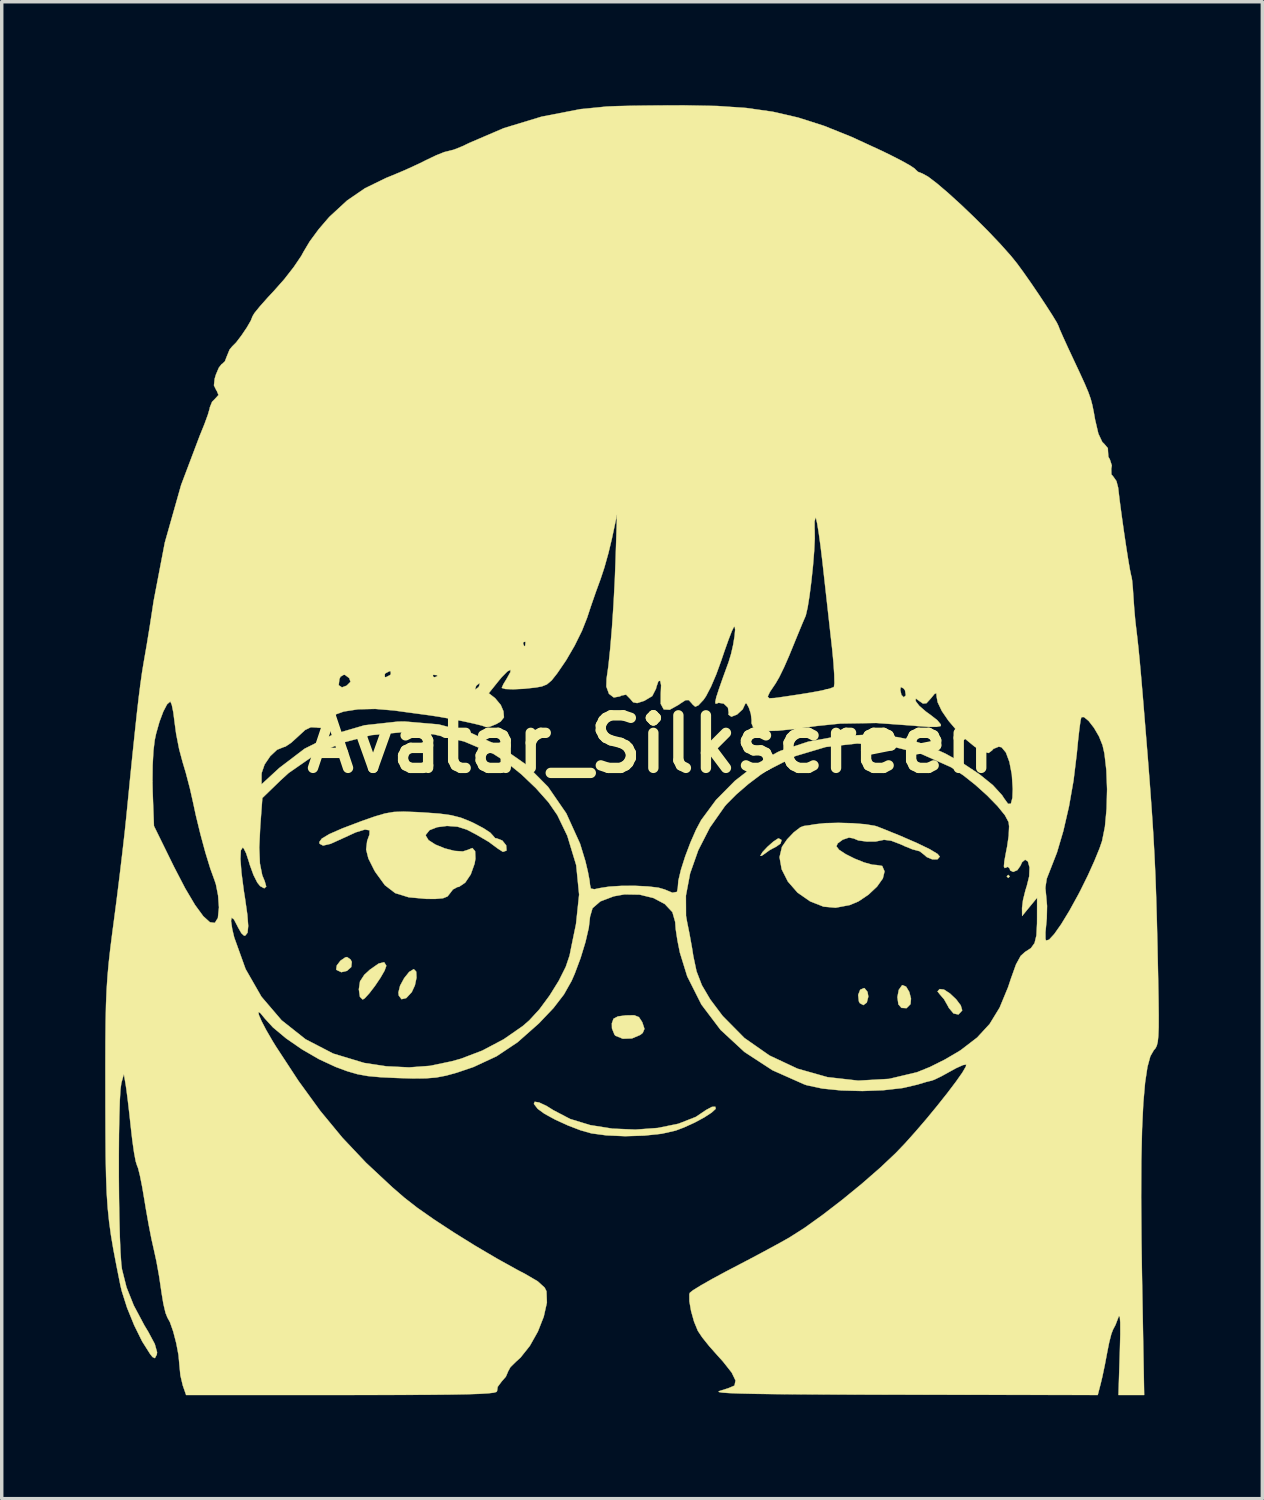
<source format=kicad_pcb>
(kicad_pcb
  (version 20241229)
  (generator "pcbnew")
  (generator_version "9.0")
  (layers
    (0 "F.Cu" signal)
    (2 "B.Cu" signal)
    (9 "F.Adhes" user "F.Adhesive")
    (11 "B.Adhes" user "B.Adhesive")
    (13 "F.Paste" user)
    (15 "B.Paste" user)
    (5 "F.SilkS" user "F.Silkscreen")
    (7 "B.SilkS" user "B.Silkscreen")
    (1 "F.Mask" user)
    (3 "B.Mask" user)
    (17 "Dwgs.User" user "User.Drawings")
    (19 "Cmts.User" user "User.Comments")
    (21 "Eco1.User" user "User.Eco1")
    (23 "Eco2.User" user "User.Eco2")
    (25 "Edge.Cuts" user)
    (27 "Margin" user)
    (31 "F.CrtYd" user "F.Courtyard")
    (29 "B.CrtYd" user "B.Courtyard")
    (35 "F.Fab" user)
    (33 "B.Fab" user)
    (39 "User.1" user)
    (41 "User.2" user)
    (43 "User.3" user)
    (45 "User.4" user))
  (footprint "Avatar_Silkscreen"
    (layer "F.Cu")
    (at 15.823 18.527)
    (property "Reference" "Avatar_Silkscreen" (at 0 0 0) (layer "F.SilkS") (effects (font (size 1.524 1.524) (thickness 0.3))))
    (attr through_hole)
    (fp_poly (pts (xy 10.407 3.836) (xy 10.363 3.881) (xy 10.319 3.836) (xy 10.363 3.792) (xy 10.407 3.836)) (stroke (width 0.01) (type solid)) (fill yes) (layer "F.SilkS"))
    (fp_poly (pts (xy 6.196 7.078) (xy 6.282 7.184) (xy 6.306 7.32) (xy 6.261 7.495) (xy 6.161 7.568) (xy 6.058 7.51) (xy 6.032 7.46) (xy 6.011 7.273) (xy 6.07 7.122) (xy 6.182 7.074) (xy 6.196 7.078)) (stroke (width 0.01) (type solid)) (fill yes) (layer "F.SilkS"))
    (fp_poly (pts (xy -8.71 6.244) (xy -8.672 6.315) (xy -8.688 6.464) (xy -8.812 6.575) (xy -8.977 6.614) (xy -9.113 6.548) (xy -9.124 6.533) (xy -9.107 6.419) (xy -9.001 6.28) (xy -8.862 6.185) (xy -8.81 6.174) (xy -8.71 6.244)) (stroke (width 0.01) (type solid)) (fill yes) (layer "F.SilkS"))
    (fp_poly (pts (xy 7.401 7.033) (xy 7.493 7.185) (xy 7.543 7.38) (xy 7.529 7.54) (xy 7.414 7.657) (xy 7.266 7.648) (xy 7.178 7.547) (xy 7.149 7.337) (xy 7.189 7.126) (xy 7.281 6.996) (xy 7.298 6.989) (xy 7.401 7.033)) (stroke (width 0.01) (type solid)) (fill yes) (layer "F.SilkS"))
    (fp_poly (pts (xy -6.804 6.598) (xy -6.796 6.774) (xy -6.842 6.994) (xy -6.933 7.191) (xy -7.093 7.364) (xy -7.23 7.397) (xy -7.311 7.289) (xy -7.32 7.2) (xy -7.272 7.007) (xy -7.154 6.788) (xy -7.01 6.607) (xy -6.879 6.527) (xy -6.873 6.526) (xy -6.804 6.598)) (stroke (width 0.01) (type solid)) (fill yes) (layer "F.SilkS"))
    (fp_poly (pts (xy 3.79 2.782) (xy 3.761 2.883) (xy 3.64 2.97) (xy 3.638 2.971) (xy 3.444 3.074) (xy 3.329 3.158) (xy 3.211 3.24) (xy 3.175 3.237) (xy 3.236 3.133) (xy 3.38 2.979) (xy 3.548 2.83) (xy 3.682 2.741) (xy 3.708 2.734) (xy 3.79 2.782)) (stroke (width 0.01) (type solid)) (fill yes) (layer "F.SilkS"))
    (fp_poly (pts (xy 8.498 7.117) (xy 8.673 7.231) (xy 8.852 7.4) (xy 8.986 7.577) (xy 9.027 7.717) (xy 9.024 7.728) (xy 8.918 7.841) (xy 8.776 7.81) (xy 8.64 7.648) (xy 8.62 7.607) (xy 8.501 7.397) (xy 8.388 7.267) (xy 8.312 7.171) (xy 8.373 7.103) (xy 8.498 7.117)) (stroke (width 0.01) (type solid)) (fill yes) (layer "F.SilkS"))
    (fp_poly (pts (xy -7.673 6.421) (xy -7.673 6.433) (xy -7.721 6.567) (xy -7.842 6.777) (xy -8.002 7.014) (xy -8.167 7.229) (xy -8.301 7.374) (xy -8.356 7.406) (xy -8.436 7.328) (xy -8.467 7.114) (xy -8.467 7.106) (xy -8.433 6.879) (xy -8.308 6.688) (xy -8.143 6.537) (xy -7.893 6.363) (xy -7.734 6.324) (xy -7.673 6.421)) (stroke (width 0.01) (type solid)) (fill yes) (layer "F.SilkS"))
    (fp_poly (pts (xy -0.346 7.916) (xy -0.255 8.055) (xy -0.246 8.074) (xy -0.186 8.257) (xy -0.235 8.373) (xy -0.307 8.432) (xy -0.548 8.534) (xy -0.813 8.543) (xy -1.023 8.459) (xy -1.054 8.427) (xy -1.128 8.242) (xy -1.131 8.097) (xy -1.083 7.963) (xy -0.956 7.896) (xy -0.728 7.866) (xy -0.482 7.862) (xy -0.346 7.916)) (stroke (width 0.01) (type solid)) (fill yes) (layer "F.SilkS"))
    (fp_poly (pts (xy -3.239 10.392) (xy -3.028 10.49) (xy -2.826 10.616) (xy -2.341 10.87) (xy -1.758 11.048) (xy -1.114 11.15) (xy -0.447 11.178) (xy 0.203 11.13) (xy 0.799 11.008) (xy 1.304 10.81) (xy 1.604 10.608) (xy 1.77 10.519) (xy 1.869 10.515) (xy 1.88 10.576) (xy 1.761 10.685) (xy 1.546 10.825) (xy 1.266 10.976) (xy 0.956 11.117) (xy 0.716 11.207) (xy 0.318 11.297) (xy -0.19 11.352) (xy -0.747 11.369) (xy -1.29 11.345) (xy -1.723 11.287) (xy -2.035 11.199) (xy -2.403 11.058) (xy -2.771 10.89) (xy -3.083 10.72) (xy -3.283 10.574) (xy -3.284 10.572) (xy -3.392 10.431) (xy -3.368 10.371) (xy -3.239 10.392)) (stroke (width 0.01) (type solid)) (fill yes) (layer "F.SilkS"))
    (fp_poly (pts (xy 5.848 2.294) (xy 6.22 2.324) (xy 6.498 2.37) (xy 6.565 2.39) (xy 7.207 2.648) (xy 7.719 2.87) (xy 8.091 3.05) (xy 8.314 3.185) (xy 8.378 3.262) (xy 8.312 3.34) (xy 8.162 3.342) (xy 8 3.275) (xy 7.938 3.219) (xy 7.796 3.107) (xy 7.723 3.087) (xy 7.585 3.051) (xy 7.359 2.959) (xy 7.24 2.904) (xy 6.969 2.801) (xy 6.761 2.774) (xy 6.716 2.784) (xy 6.517 2.824) (xy 6.257 2.825) (xy 6.015 2.792) (xy 5.876 2.734) (xy 5.744 2.71) (xy 5.565 2.77) (xy 5.419 2.877) (xy 5.38 2.962) (xy 5.456 3.063) (xy 5.649 3.19) (xy 5.91 3.321) (xy 6.186 3.432) (xy 6.427 3.498) (xy 6.543 3.506) (xy 6.708 3.533) (xy 6.776 3.69) (xy 6.776 3.692) (xy 6.727 3.894) (xy 6.558 4.132) (xy 6.308 4.367) (xy 6.017 4.562) (xy 5.766 4.667) (xy 5.357 4.744) (xy 5.008 4.713) (xy 4.631 4.565) (xy 4.611 4.555) (xy 4.253 4.306) (xy 3.973 3.985) (xy 3.793 3.629) (xy 3.731 3.278) (xy 3.802 2.978) (xy 3.95 2.763) (xy 4.146 2.557) (xy 4.336 2.412) (xy 4.436 2.374) (xy 4.601 2.352) (xy 4.763 2.324) (xy 5.059 2.292) (xy 5.441 2.283) (xy 5.848 2.294)) (stroke (width 0.01) (type solid)) (fill yes) (layer "F.SilkS"))
    (fp_poly (pts (xy -6.798 1.971) (xy -6.601 1.982) (xy -6.136 2.015) (xy -5.792 2.062) (xy -5.512 2.133) (xy -5.239 2.242) (xy -5.124 2.296) (xy -4.853 2.439) (xy -4.66 2.565) (xy -4.586 2.645) (xy -4.586 2.645) (xy -4.516 2.726) (xy -4.465 2.734) (xy -4.307 2.796) (xy -4.196 2.935) (xy -4.185 3.079) (xy -4.191 3.09) (xy -4.29 3.124) (xy -4.441 3.027) (xy -4.701 2.834) (xy -5.056 2.626) (xy -5.335 2.48) (xy -5.607 2.394) (xy -5.911 2.372) (xy -6.197 2.409) (xy -6.418 2.495) (xy -6.523 2.626) (xy -6.526 2.655) (xy -6.448 2.784) (xy -6.247 2.913) (xy -5.978 3.023) (xy -5.695 3.096) (xy -5.451 3.112) (xy -5.313 3.068) (xy -5.175 3.013) (xy -5.096 3.105) (xy -5.087 3.322) (xy -5.112 3.468) (xy -5.223 3.779) (xy -5.384 4.017) (xy -5.562 4.138) (xy -5.611 4.145) (xy -5.74 4.215) (xy -5.821 4.322) (xy -5.897 4.417) (xy -6.026 4.469) (xy -6.252 4.489) (xy -6.507 4.488) (xy -7.022 4.441) (xy -7.409 4.322) (xy -7.419 4.316) (xy -7.713 4.09) (xy -7.99 3.709) (xy -8.023 3.652) (xy -8.191 3.316) (xy -8.256 3.056) (xy -8.227 2.809) (xy -8.16 2.624) (xy -8.156 2.499) (xy -8.29 2.477) (xy -8.557 2.558) (xy -8.94 2.734) (xy -9.287 2.891) (xy -9.505 2.942) (xy -9.605 2.889) (xy -9.613 2.838) (xy -9.541 2.739) (xy -9.321 2.608) (xy -8.944 2.443) (xy -8.403 2.238) (xy -8.382 2.23) (xy -7.998 2.096) (xy -7.708 2.011) (xy -7.453 1.967) (xy -7.17 1.957) (xy -6.798 1.971)) (stroke (width 0.01) (type solid)) (fill yes) (layer "F.SilkS"))
    (fp_poly (pts (xy 1.926 -18.504) (xy 2.767 -18.446) (xy 3.535 -18.337) (xy 4.27 -18.168) (xy 5.016 -17.93) (xy 5.811 -17.611) (xy 6.699 -17.202) (xy 6.945 -17.082) (xy 7.264 -16.919) (xy 7.511 -16.781) (xy 7.653 -16.686) (xy 7.673 -16.662) (xy 7.747 -16.594) (xy 7.871 -16.546) (xy 8.036 -16.456) (xy 8.295 -16.259) (xy 8.623 -15.979) (xy 8.996 -15.64) (xy 9.389 -15.264) (xy 9.777 -14.877) (xy 10.135 -14.5) (xy 10.439 -14.159) (xy 10.615 -13.941) (xy 10.802 -13.686) (xy 11.021 -13.374) (xy 11.25 -13.037) (xy 11.466 -12.71) (xy 11.648 -12.426) (xy 11.773 -12.22) (xy 11.818 -12.126) (xy 11.853 -12.034) (xy 11.948 -11.818) (xy 12.088 -11.511) (xy 12.222 -11.224) (xy 12.433 -10.774) (xy 12.583 -10.446) (xy 12.685 -10.204) (xy 12.754 -10.01) (xy 12.802 -9.828) (xy 12.844 -9.62) (xy 12.881 -9.409) (xy 12.976 -9.002) (xy 13.089 -8.761) (xy 13.143 -8.709) (xy 13.251 -8.582) (xy 13.255 -8.494) (xy 13.266 -8.331) (xy 13.309 -8.256) (xy 13.366 -8.079) (xy 13.35 -7.984) (xy 13.354 -7.82) (xy 13.406 -7.761) (xy 13.5 -7.627) (xy 13.549 -7.439) (xy 13.594 -7.06) (xy 13.652 -6.625) (xy 13.716 -6.17) (xy 13.781 -5.732) (xy 13.842 -5.345) (xy 13.893 -5.048) (xy 13.929 -4.876) (xy 13.938 -4.851) (xy 13.955 -4.746) (xy 13.976 -4.518) (xy 13.992 -4.277) (xy 14.016 -3.928) (xy 14.045 -3.599) (xy 14.063 -3.44) (xy 14.099 -3.14) (xy 14.136 -2.805) (xy 14.175 -2.407) (xy 14.219 -1.916) (xy 14.271 -1.304) (xy 14.327 -0.617) (xy 14.407 0.366) (xy 14.472 1.207) (xy 14.525 1.939) (xy 14.568 2.594) (xy 14.602 3.206) (xy 14.63 3.807) (xy 14.652 4.432) (xy 14.672 5.112) (xy 14.691 5.881) (xy 14.694 6.051) (xy 14.71 6.807) (xy 14.721 7.405) (xy 14.726 7.867) (xy 14.725 8.212) (xy 14.715 8.46) (xy 14.698 8.63) (xy 14.671 8.742) (xy 14.635 8.816) (xy 14.588 8.872) (xy 14.583 8.877) (xy 14.483 9.052) (xy 14.399 9.362) (xy 14.331 9.814) (xy 14.279 10.413) (xy 14.243 11.163) (xy 14.222 12.069) (xy 14.217 13.138) (xy 14.226 14.374) (xy 14.239 15.27) (xy 14.304 18.874) (xy 13.559 18.874) (xy 13.599 17.619) (xy 13.612 17.113) (xy 13.611 16.776) (xy 13.598 16.603) (xy 13.57 16.588) (xy 13.555 16.627) (xy 13.473 16.841) (xy 13.401 16.977) (xy 13.352 17.105) (xy 13.289 17.352) (xy 13.232 17.639) (xy 13.164 17.999) (xy 13.092 18.343) (xy 13.044 18.543) (xy 12.958 18.874) (xy 7.295 18.865) (xy 6.123 18.863) (xy 5.119 18.859) (xy 4.272 18.854) (xy 3.574 18.848) (xy 3.014 18.84) (xy 2.583 18.83) (xy 2.273 18.818) (xy 2.072 18.804) (xy 1.973 18.787) (xy 1.966 18.767) (xy 2 18.755) (xy 2.24 18.679) (xy 2.401 18.612) (xy 2.427 18.594) (xy 2.455 18.453) (xy 2.345 18.225) (xy 2.093 17.905) (xy 1.934 17.729) (xy 1.693 17.458) (xy 1.489 17.203) (xy 1.365 17.017) (xy 1.363 17.014) (xy 1.253 16.747) (xy 1.167 16.441) (xy 1.117 16.156) (xy 1.116 15.952) (xy 1.13 15.91) (xy 1.227 15.833) (xy 1.451 15.695) (xy 1.774 15.511) (xy 2.165 15.3) (xy 2.337 15.21) (xy 2.8 14.968) (xy 3.258 14.725) (xy 3.662 14.506) (xy 3.967 14.336) (xy 4.013 14.31) (xy 4.454 14.029) (xy 4.978 13.653) (xy 5.547 13.215) (xy 6.119 12.747) (xy 6.655 12.279) (xy 7.097 11.862) (xy 7.368 11.579) (xy 7.674 11.237) (xy 7.995 10.863) (xy 8.311 10.479) (xy 8.602 10.112) (xy 8.85 9.784) (xy 9.034 9.522) (xy 9.135 9.348) (xy 9.144 9.291) (xy 9.05 9.307) (xy 8.854 9.395) (xy 8.675 9.493) (xy 8.421 9.633) (xy 8.22 9.73) (xy 8.144 9.757) (xy 7.991 9.794) (xy 7.764 9.862) (xy 7.741 9.87) (xy 7.297 9.973) (xy 6.743 10.036) (xy 6.135 10.059) (xy 5.526 10.043) (xy 4.97 9.987) (xy 4.521 9.891) (xy 4.454 9.869) (xy 3.527 9.457) (xy 2.713 8.926) (xy 2.022 8.287) (xy 1.466 7.552) (xy 1.054 6.733) (xy 0.842 6.047) (xy 0.771 5.694) (xy 0.721 5.366) (xy 0.706 5.158) (xy 0.625 4.873) (xy 0.404 4.637) (xy 0.077 4.463) (xy -0.205 4.394) (xy 1.016 4.394) (xy 1.019 4.98) (xy 1.049 5.149) (xy 1.12 5.502) (xy 1.194 5.913) (xy 1.23 6.143) (xy 1.324 6.588) (xy 1.479 6.991) (xy 1.721 7.402) (xy 2.073 7.871) (xy 2.09 7.891) (xy 2.712 8.521) (xy 3.442 9.031) (xy 4.254 9.412) (xy 5.121 9.657) (xy 6.014 9.758) (xy 6.908 9.707) (xy 7.717 9.515) (xy 8.094 9.362) (xy 8.528 9.145) (xy 8.934 8.907) (xy 8.996 8.866) (xy 9.461 8.509) (xy 9.824 8.115) (xy 10.113 7.642) (xy 10.358 7.05) (xy 10.444 6.791) (xy 10.588 6.39) (xy 10.724 6.141) (xy 10.85 6.027) (xy 11.021 5.916) (xy 11.126 5.77) (xy 11.18 5.547) (xy 11.198 5.204) (xy 11.199 5.071) (xy 11.2 4.454) (xy 10.983 4.718) (xy 10.766 4.983) (xy 10.763 4.752) (xy 10.791 4.524) (xy 10.863 4.233) (xy 10.886 4.165) (xy 11.439 4.165) (xy 11.461 4.386) (xy 11.488 4.692) (xy 11.48 5.052) (xy 11.467 5.192) (xy 11.442 5.458) (xy 11.443 5.644) (xy 11.457 5.695) (xy 11.546 5.672) (xy 11.697 5.508) (xy 11.898 5.223) (xy 12.135 4.834) (xy 12.395 4.362) (xy 12.462 4.233) (xy 12.671 3.81) (xy 12.862 3.386) (xy 13.012 3.019) (xy 13.084 2.809) (xy 13.167 2.394) (xy 13.215 1.874) (xy 13.229 1.308) (xy 13.208 0.755) (xy 13.153 0.276) (xy 13.098 0.033) (xy 12.995 -0.223) (xy 12.851 -0.47) (xy 12.696 -0.671) (xy 12.56 -0.784) (xy 12.483 -0.782) (xy 12.459 -0.683) (xy 12.426 -0.444) (xy 12.387 -0.101) (xy 12.347 0.311) (xy 12.346 0.313) (xy 12.256 1.057) (xy 12.124 1.808) (xy 11.96 2.519) (xy 11.776 3.142) (xy 11.607 3.576) (xy 11.479 3.903) (xy 11.439 4.165) (xy 10.886 4.165) (xy 10.896 4.134) (xy 10.97 3.836) (xy 10.981 3.576) (xy 10.932 3.4) (xy 10.852 3.351) (xy 10.764 3.424) (xy 10.716 3.528) (xy 10.626 3.655) (xy 10.505 3.706) (xy 10.417 3.661) (xy 10.407 3.611) (xy 10.353 3.558) (xy 10.319 3.572) (xy 10.26 3.594) (xy 10.237 3.545) (xy 10.251 3.394) (xy 10.302 3.113) (xy 10.33 2.975) (xy 10.376 2.66) (xy 10.388 2.384) (xy 10.374 2.263) (xy 10.268 2.063) (xy 10.049 1.794) (xy 9.753 1.491) (xy 9.411 1.183) (xy 9.059 0.904) (xy 8.729 0.685) (xy 8.689 0.662) (xy 7.81 0.271) (xy 6.902 0.044) (xy 5.983 -0.018) (xy 5.073 0.083) (xy 4.192 0.346) (xy 3.36 0.772) (xy 3.19 0.883) (xy 2.831 1.154) (xy 2.479 1.458) (xy 2.197 1.741) (xy 2.142 1.805) (xy 1.712 2.418) (xy 1.374 3.078) (xy 1.138 3.748) (xy 1.016 4.394) (xy -0.205 4.394) (xy -0.323 4.365) (xy -0.763 4.357) (xy -1.076 4.413) (xy -1.465 4.561) (xy -1.692 4.758) (xy -1.764 5.006) (xy -1.8 5.322) (xy -1.897 5.741) (xy -2.039 6.206) (xy -2.209 6.661) (xy -2.3 6.868) (xy -2.52 7.258) (xy -2.824 7.653) (xy -3.246 8.097) (xy -3.256 8.106) (xy -3.865 8.645) (xy -4.475 9.052) (xy -5.144 9.363) (xy -5.628 9.527) (xy -5.94 9.613) (xy -6.222 9.667) (xy -6.528 9.692) (xy -6.91 9.695) (xy -7.348 9.682) (xy -7.839 9.659) (xy -8.208 9.625) (xy -8.512 9.57) (xy -8.807 9.484) (xy -9.141 9.36) (xy -9.62 9.138) (xy -10.114 8.852) (xy -10.575 8.534) (xy -10.957 8.215) (xy -11.186 7.965) (xy -11.323 7.799) (xy -11.381 7.767) (xy -11.367 7.852) (xy -11.288 8.034) (xy -11.152 8.295) (xy -10.966 8.615) (xy -10.873 8.766) (xy -10.218 9.766) (xy -9.586 10.636) (xy -8.943 11.415) (xy -8.257 12.141) (xy -7.496 12.851) (xy -7.146 13.154) (xy -6.777 13.442) (xy -6.287 13.785) (xy -5.713 14.161) (xy -5.092 14.547) (xy -4.46 14.919) (xy -3.854 15.255) (xy -3.636 15.369) (xy -3.28 15.578) (xy -3.08 15.76) (xy -3.027 15.865) (xy -3.015 16.195) (xy -3.106 16.602) (xy -3.277 17.036) (xy -3.509 17.448) (xy -3.78 17.789) (xy -3.915 17.911) (xy -4.073 18.067) (xy -4.145 18.199) (xy -4.145 18.205) (xy -4.205 18.343) (xy -4.325 18.48) (xy -4.442 18.637) (xy -4.46 18.758) (xy -4.477 18.784) (xy -4.559 18.807) (xy -4.718 18.825) (xy -4.967 18.84) (xy -5.318 18.852) (xy -5.785 18.861) (xy -6.378 18.867) (xy -7.112 18.871) (xy -7.998 18.873) (xy -8.946 18.874) (xy -13.476 18.874) (xy -13.573 18.596) (xy -13.642 18.304) (xy -13.671 18.001) (xy -13.697 17.714) (xy -13.762 17.371) (xy -13.85 17.032) (xy -13.946 16.759) (xy -14.017 16.632) (xy -14.073 16.493) (xy -14.135 16.231) (xy -14.19 15.898) (xy -14.198 15.841) (xy -14.26 15.424) (xy -14.338 14.992) (xy -14.411 14.66) (xy -14.481 14.349) (xy -14.563 13.93) (xy -14.644 13.472) (xy -14.683 13.232) (xy -14.749 12.843) (xy -14.814 12.516) (xy -14.87 12.292) (xy -14.9 12.218) (xy -14.938 12.097) (xy -14.986 11.841) (xy -15.036 11.489) (xy -15.074 11.157) (xy -15.121 10.726) (xy -15.167 10.33) (xy -15.207 10.019) (xy -15.228 9.878) (xy -15.281 9.569) (xy -15.354 9.826) (xy -15.379 10.007) (xy -15.399 10.335) (xy -15.413 10.781) (xy -15.423 11.316) (xy -15.427 11.909) (xy -15.427 12.533) (xy -15.422 13.157) (xy -15.412 13.752) (xy -15.398 14.29) (xy -15.379 14.74) (xy -15.356 15.074) (xy -15.337 15.225) (xy -15.205 15.75) (xy -14.994 16.278) (xy -14.684 16.86) (xy -14.575 17.04) (xy -14.385 17.395) (xy -14.318 17.635) (xy -14.327 17.702) (xy -14.382 17.805) (xy -14.451 17.772) (xy -14.521 17.683) (xy -14.75 17.321) (xy -14.982 16.851) (xy -15.189 16.342) (xy -15.343 15.858) (xy -15.384 15.683) (xy -15.494 15.133) (xy -15.584 14.662) (xy -15.655 14.242) (xy -15.709 13.847) (xy -15.75 13.449) (xy -15.779 13.019) (xy -15.797 12.531) (xy -15.809 11.956) (xy -15.814 11.268) (xy -15.817 10.439) (xy -15.817 10.186) (xy -15.818 9.334) (xy -15.816 8.629) (xy -15.81 8.045) (xy -15.799 7.551) (xy -15.781 7.121) (xy -15.755 6.726) (xy -15.72 6.337) (xy -15.674 5.927) (xy -15.616 5.467) (xy -15.575 5.159) (xy -15.49 4.508) (xy -15.405 3.824) (xy -15.326 3.159) (xy -15.258 2.567) (xy -15.211 2.117) (xy -15.115 1.144) (xy -15.109 1.08) (xy -14.452 1.08) (xy -14.446 1.385) (xy -14.409 2.374) (xy -13.828 3.557) (xy -13.503 4.183) (xy -13.219 4.662) (xy -12.979 4.99) (xy -12.786 5.165) (xy -12.644 5.184) (xy -12.609 5.128) (xy -12.174 5.128) (xy -12.14 5.36) (xy -12.082 5.604) (xy -11.752 6.522) (xy -11.292 7.325) (xy -10.709 8.007) (xy -10.012 8.559) (xy -9.21 8.974) (xy -8.312 9.245) (xy -7.673 9.342) (xy -7.01 9.374) (xy -6.403 9.329) (xy -5.769 9.196) (xy -5.508 9.123) (xy -4.888 8.887) (xy -4.268 8.559) (xy -3.72 8.179) (xy -3.527 8.012) (xy -3.232 7.691) (xy -2.936 7.29) (xy -2.67 6.862) (xy -2.467 6.457) (xy -2.356 6.128) (xy -2.313 5.91) (xy -2.247 5.588) (xy -2.173 5.23) (xy -2.17 5.215) (xy -2.08 4.364) (xy -2.165 3.509) (xy -2.423 2.658) (xy -2.712 2.058) (xy -2.968 1.688) (xy -3.332 1.279) (xy -3.754 0.876) (xy -4.188 0.525) (xy -4.566 0.282) (xy -5.414 -0.077) (xy -6.304 -0.285) (xy -7.21 -0.345) (xy -8.109 -0.26) (xy -8.974 -0.032) (xy -9.78 0.335) (xy -10.503 0.837) (xy -10.726 1.04) (xy -11.266 1.563) (xy -11.327 2.391) (xy -11.356 2.997) (xy -11.337 3.459) (xy -11.269 3.802) (xy -11.197 3.976) (xy -11.153 4.132) (xy -11.211 4.181) (xy -11.329 4.117) (xy -11.411 4.016) (xy -11.522 3.796) (xy -11.629 3.502) (xy -11.659 3.4) (xy -11.736 3.164) (xy -11.808 3.02) (xy -11.836 2.999) (xy -11.89 3.083) (xy -11.902 3.328) (xy -11.872 3.724) (xy -11.802 4.261) (xy -11.769 4.468) (xy -11.701 4.946) (xy -11.676 5.273) (xy -11.695 5.468) (xy -11.759 5.55) (xy -11.794 5.556) (xy -11.873 5.484) (xy -11.973 5.309) (xy -11.98 5.292) (xy -12.09 5.082) (xy -12.156 5.032) (xy -12.174 5.128) (xy -12.609 5.128) (xy -12.555 5.043) (xy -12.524 4.74) (xy -12.524 4.729) (xy -12.549 4.389) (xy -12.612 4.067) (xy -12.652 3.947) (xy -12.776 3.604) (xy -12.918 3.141) (xy -13.062 2.608) (xy -13.196 2.057) (xy -13.274 1.693) (xy -13.368 1.277) (xy -13.471 0.885) (xy -11.289 0.885) (xy -11.289 1.166) (xy -10.776 0.693) (xy -10.04 0.133) (xy -9.211 -0.281) (xy -8.305 -0.546) (xy -7.336 -0.653) (xy -7.144 -0.656) (xy -6.152 -0.571) (xy -5.227 -0.329) (xy -4.382 0.06) (xy -3.629 0.586) (xy -2.982 1.239) (xy -2.452 2.009) (xy -2.053 2.887) (xy -1.899 3.392) (xy -1.826 3.7) (xy -1.777 3.959) (xy -1.764 4.082) (xy -1.74 4.189) (xy -1.636 4.208) (xy -1.477 4.174) (xy -1.206 4.132) (xy -0.848 4.11) (xy -0.456 4.109) (xy -0.082 4.127) (xy 0.221 4.163) (xy 0.397 4.214) (xy 0.625 4.309) (xy 0.758 4.284) (xy 0.781 4.167) (xy 0.797 3.96) (xy 0.873 3.641) (xy 0.995 3.257) (xy 1.147 2.855) (xy 1.311 2.481) (xy 1.458 2.205) (xy 1.89 1.619) (xy 2.438 1.065) (xy 3.051 0.588) (xy 3.679 0.231) (xy 3.762 0.194) (xy 4.564 -0.071) (xy 5.432 -0.229) (xy 6.311 -0.275) (xy 7.146 -0.204) (xy 7.528 -0.125) (xy 8.02 0.039) (xy 8.542 0.276) (xy 9.057 0.562) (xy 9.527 0.874) (xy 9.916 1.189) (xy 10.184 1.482) (xy 10.237 1.565) (xy 10.358 1.732) (xy 10.439 1.73) (xy 10.484 1.558) (xy 10.494 1.301) (xy 10.467 0.881) (xy 10.397 0.517) (xy 10.295 0.243) (xy 10.17 0.092) (xy 10.087 0.074) (xy 9.934 0.137) (xy 9.892 0.184) (xy 9.793 0.258) (xy 9.616 0.212) (xy 9.387 0.072) (xy 9.129 -0.14) (xy 8.868 -0.399) (xy 8.629 -0.68) (xy 8.437 -0.96) (xy 8.316 -1.215) (xy 8.288 -1.366) (xy 8.277 -1.476) (xy 8.225 -1.456) (xy 8.12 -1.327) (xy 7.992 -1.186) (xy 7.891 -1.176) (xy 7.799 -1.239) (xy 7.687 -1.321) (xy 7.674 -1.281) (xy 7.687 -1.235) (xy 7.782 -1.111) (xy 7.974 -0.944) (xy 8.106 -0.849) (xy 8.304 -0.695) (xy 8.407 -0.571) (xy 8.408 -0.525) (xy 8.291 -0.501) (xy 8.047 -0.501) (xy 7.722 -0.524) (xy 7.629 -0.534) (xy 6.537 -0.613) (xy 5.494 -0.596) (xy 4.807 -0.526) (xy 4.166 -0.438) (xy 3.68 -0.389) (xy 3.331 -0.38) (xy 3.1 -0.411) (xy 2.968 -0.485) (xy 2.919 -0.604) (xy 2.921 -0.697) (xy 2.899 -0.882) (xy 2.841 -1.058) (xy 2.772 -1.184) (xy 2.74 -1.175) (xy 2.74 -1.175) (xy 2.662 -1.009) (xy 2.499 -0.858) (xy 2.334 -0.794) (xy 2.249 -0.855) (xy 2.256 -0.912) (xy 2.235 -1.058) (xy 2.114 -1.174) (xy 1.964 -1.199) (xy 1.93 -1.184) (xy 1.881 -1.169) (xy 1.867 -1.217) (xy 1.895 -1.35) (xy 1.904 -1.379) (xy 3.388 -1.379) (xy 3.432 -1.329) (xy 3.588 -1.337) (xy 3.671 -1.347) (xy 3.939 -1.386) (xy 4.298 -1.44) (xy 4.628 -1.493) (xy 4.942 -1.551) (xy 5.047 -1.576) (xy 7.232 -1.576) (xy 7.265 -1.426) (xy 7.334 -1.358) (xy 7.394 -1.413) (xy 7.37 -1.558) (xy 7.33 -1.613) (xy 7.249 -1.656) (xy 7.232 -1.576) (xy 5.047 -1.576) (xy 5.185 -1.609) (xy 5.306 -1.655) (xy 5.308 -1.657) (xy 5.323 -1.764) (xy 5.318 -2.011) (xy 5.295 -2.362) (xy 5.255 -2.78) (xy 5.25 -2.823) (xy 5.192 -3.339) (xy 5.123 -3.958) (xy 5.051 -4.604) (xy 4.984 -5.206) (xy 4.977 -5.272) (xy 4.922 -5.731) (xy 4.869 -6.116) (xy 4.823 -6.399) (xy 4.788 -6.551) (xy 4.775 -6.568) (xy 4.747 -6.454) (xy 4.748 -6.242) (xy 4.75 -6.211) (xy 4.753 -5.958) (xy 4.735 -5.595) (xy 4.701 -5.169) (xy 4.654 -4.724) (xy 4.601 -4.307) (xy 4.546 -3.963) (xy 4.494 -3.737) (xy 4.482 -3.704) (xy 4.433 -3.591) (xy 4.386 -3.481) (xy 4.327 -3.338) (xy 4.239 -3.125) (xy 4.109 -2.807) (xy 4.007 -2.558) (xy 3.864 -2.231) (xy 3.723 -1.942) (xy 3.62 -1.764) (xy 3.452 -1.514) (xy 3.388 -1.379) (xy 1.904 -1.379) (xy 1.971 -1.588) (xy 2.099 -1.952) (xy 2.255 -2.381) (xy 2.326 -2.615) (xy 2.386 -2.878) (xy 2.427 -3.128) (xy 2.444 -3.319) (xy 2.43 -3.407) (xy 2.406 -3.395) (xy 2.349 -3.279) (xy 2.254 -3.034) (xy 2.135 -2.7) (xy 2.042 -2.425) (xy 1.897 -2.026) (xy 1.742 -1.663) (xy 1.599 -1.389) (xy 1.527 -1.284) (xy 1.376 -1.123) (xy 1.286 -1.085) (xy 1.206 -1.155) (xy 1.187 -1.181) (xy 1.1 -1.276) (xy 1.007 -1.275) (xy 0.847 -1.172) (xy 0.807 -1.142) (xy 0.547 -0.997) (xy 0.373 -1.006) (xy 0.286 -1.168) (xy 0.287 -1.457) (xy 0.297 -1.709) (xy 0.27 -1.837) (xy 0.219 -1.826) (xy 0.16 -1.658) (xy 0.15 -1.609) (xy 0.04 -1.393) (xy -0.192 -1.255) (xy -0.397 -1.19) (xy -0.514 -1.213) (xy -0.603 -1.317) (xy -0.719 -1.435) (xy -0.855 -1.408) (xy -0.895 -1.385) (xy -1.074 -1.352) (xy -1.215 -1.459) (xy -1.291 -1.669) (xy -1.284 -1.896) (xy -1.232 -2.261) (xy -1.179 -2.766) (xy -1.128 -3.373) (xy -1.083 -4.046) (xy -1.046 -4.747) (xy -1.025 -5.292) (xy -0.981 -6.659) (xy -1.131 -5.953) (xy -1.231 -5.538) (xy -1.349 -5.117) (xy -1.462 -4.776) (xy -1.467 -4.763) (xy -1.594 -4.415) (xy -1.739 -3.997) (xy -1.85 -3.66) (xy -1.998 -3.286) (xy -2.212 -2.853) (xy -2.45 -2.443) (xy -2.5 -2.368) (xy -2.719 -2.048) (xy -2.879 -1.846) (xy -3.016 -1.731) (xy -3.164 -1.672) (xy -3.34 -1.641) (xy -3.685 -1.604) (xy -3.992 -1.59) (xy -4.218 -1.598) (xy -4.32 -1.628) (xy -4.322 -1.635) (xy -4.278 -1.735) (xy -4.177 -1.902) (xy -4.072 -2.09) (xy -4.073 -2.156) (xy -4.162 -2.106) (xy -4.323 -1.943) (xy -4.408 -1.841) (xy -4.701 -1.476) (xy -4.517 -1.333) (xy -4.353 -1.136) (xy -4.275 -0.954) (xy -4.26 -0.776) (xy -4.355 -0.655) (xy -4.479 -0.583) (xy -4.669 -0.505) (xy -4.785 -0.494) (xy -4.79 -0.498) (xy -4.896 -0.537) (xy -5.131 -0.595) (xy -5.451 -0.665) (xy -5.812 -0.735) (xy -6.169 -0.798) (xy -6.435 -0.838) (xy -6.672 -0.87) (xy -7.015 -0.916) (xy -7.394 -0.968) (xy -7.442 -0.975) (xy -7.992 -1.021) (xy -8.488 -1.01) (xy -8.906 -0.945) (xy -9.218 -0.833) (xy -9.401 -0.678) (xy -9.437 -0.556) (xy -9.486 -0.47) (xy -9.655 -0.475) (xy -9.682 -0.481) (xy -9.859 -0.49) (xy -10.025 -0.41) (xy -10.228 -0.223) (xy -10.428 -0.041) (xy -10.595 0.071) (xy -10.652 0.088) (xy -10.839 0.163) (xy -11.037 0.349) (xy -11.201 0.591) (xy -11.285 0.834) (xy -11.289 0.885) (xy -13.471 0.885) (xy -13.482 0.841) (xy -13.576 0.527) (xy -13.678 0.147) (xy -13.765 -0.297) (xy -13.808 -0.615) (xy -13.847 -0.92) (xy -13.892 -1.141) (xy -13.933 -1.234) (xy -13.936 -1.235) (xy -14.028 -1.155) (xy -14.138 -0.945) (xy -14.25 -0.646) (xy -14.348 -0.299) (xy -14.387 -0.114) (xy -14.424 0.193) (xy -14.447 0.613) (xy -14.452 1.08) (xy -15.109 1.08) (xy -15.033 0.328) (xy -14.962 -0.35) (xy -14.902 -0.909) (xy -14.849 -1.368) (xy -14.82 -1.593) (xy -5.094 -1.593) (xy -5.082 -1.587) (xy -5.001 -1.65) (xy -4.983 -1.676) (xy -4.961 -1.758) (xy -4.973 -1.764) (xy -5.053 -1.702) (xy -5.071 -1.676) (xy -5.094 -1.593) (xy -14.82 -1.593) (xy -14.806 -1.708) (xy -9.052 -1.708) (xy -8.957 -1.645) (xy -8.82 -1.696) (xy -8.709 -1.807) (xy -8.747 -1.915) (xy -8.889 -2.021) (xy -8.999 -1.955) (xy -9.031 -1.888) (xy -9.052 -1.708) (xy -14.806 -1.708) (xy -14.801 -1.745) (xy -14.761 -2.028) (xy -7.717 -2.028) (xy -7.713 -1.947) (xy -7.683 -1.94) (xy -7.569 -1.999) (xy -6.321 -1.999) (xy -6.308 -1.947) (xy -6.262 -1.94) (xy -6.189 -1.973) (xy -6.203 -1.999) (xy -6.308 -2.01) (xy -6.321 -1.999) (xy -7.569 -1.999) (xy -7.559 -2.005) (xy -7.541 -2.028) (xy -7.545 -2.11) (xy -7.574 -2.117) (xy -7.699 -2.052) (xy -7.717 -2.028) (xy -14.761 -2.028) (xy -14.757 -2.06) (xy -14.713 -2.331) (xy -14.689 -2.469) (xy -14.614 -2.903) (xy -14.613 -2.91) (xy -3.704 -2.91) (xy -3.672 -2.838) (xy -3.645 -2.852) (xy -3.635 -2.956) (xy -3.645 -2.969) (xy -3.698 -2.957) (xy -3.704 -2.91) (xy -14.613 -2.91) (xy -14.529 -3.424) (xy -14.449 -3.945) (xy -14.419 -4.145) (xy -14.093 -5.847) (xy -13.621 -7.514) (xy -13.083 -8.938) (xy -12.948 -9.27) (xy -12.845 -9.552) (xy -12.792 -9.735) (xy -12.788 -9.766) (xy -12.723 -9.926) (xy -12.637 -10.013) (xy -12.537 -10.123) (xy -12.587 -10.245) (xy -12.601 -10.262) (xy -12.669 -10.401) (xy -12.648 -10.594) (xy -12.613 -10.712) (xy -12.527 -10.915) (xy -12.445 -11.02) (xy -12.43 -11.024) (xy -12.352 -11.099) (xy -12.295 -11.246) (xy -12.216 -11.439) (xy -12.139 -11.533) (xy -12.025 -11.647) (xy -11.872 -11.848) (xy -11.716 -12.079) (xy -11.598 -12.283) (xy -11.553 -12.4) (xy -11.496 -12.497) (xy -11.341 -12.688) (xy -11.114 -12.944) (xy -10.93 -13.141) (xy -10.63 -13.48) (xy -10.352 -13.837) (xy -10.137 -14.155) (xy -10.07 -14.278) (xy -9.89 -14.579) (xy -9.631 -14.93) (xy -9.346 -15.262) (xy -9.305 -15.305) (xy -8.808 -15.763) (xy -8.29 -16.118) (xy -7.682 -16.415) (xy -7.487 -16.494) (xy -7.131 -16.644) (xy -6.732 -16.827) (xy -6.508 -16.938) (xy -6.224 -17.074) (xy -5.988 -17.168) (xy -5.866 -17.198) (xy -5.715 -17.236) (xy -5.47 -17.334) (xy -5.267 -17.431) (xy -4.265 -17.861) (xy -3.168 -18.194) (xy -2.038 -18.413) (xy -1.279 -18.488) (xy -0.985 -18.5) (xy -0.558 -18.51) (xy -0.04 -18.517) (xy 0.524 -18.521) (xy 0.97 -18.522) (xy 1.926 -18.504)) (stroke (width 0.01) (type solid)) (fill yes) (layer "F.SilkS")))
  (gr_rect
    (start -3 -3)
    (end 33.554 40.406)
    (stroke (width 0.1) (type default))
    (fill no)
    (layer "Edge.Cuts")))
</source>
